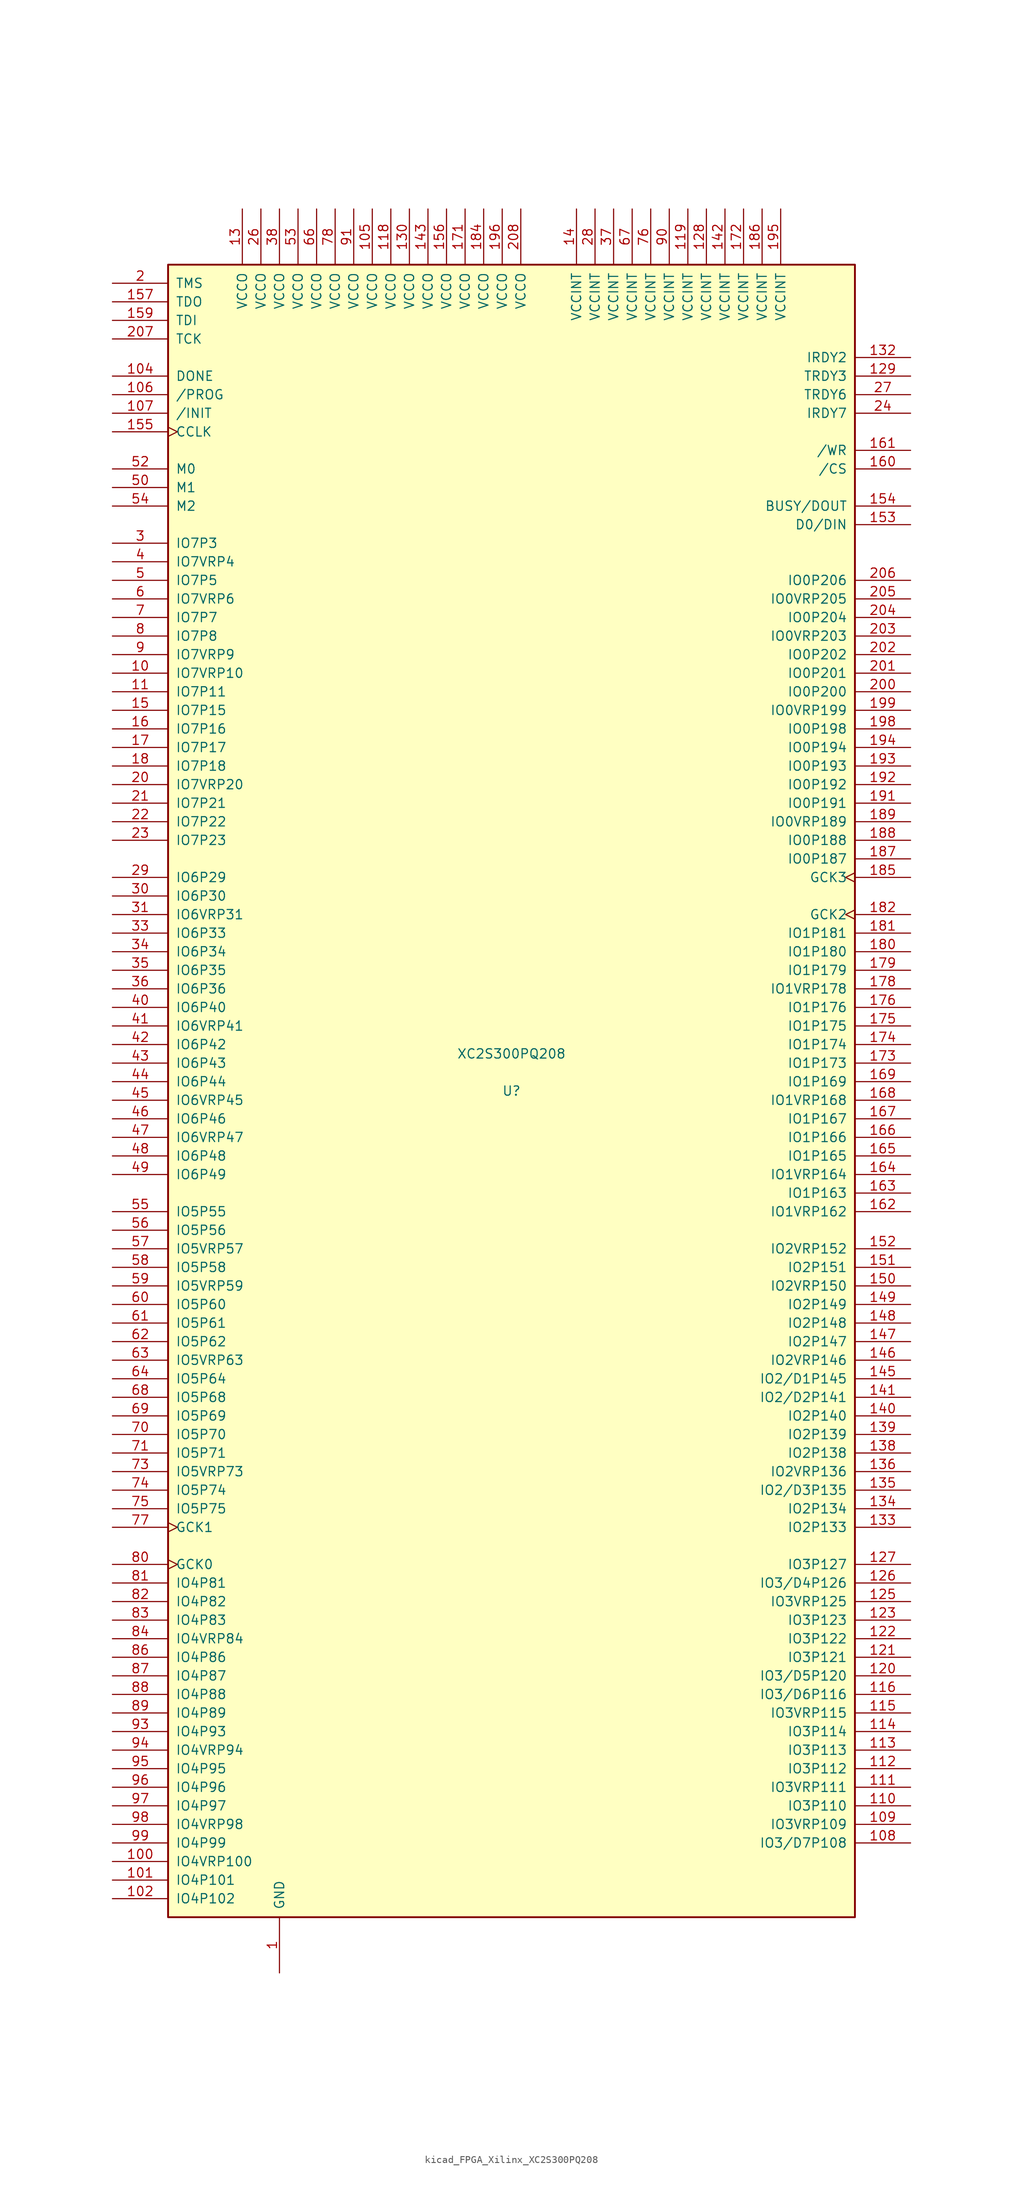
<source format=kicad_sym>
(kicad_symbol_lib
  (version 20220914)
  (generator kicad_symbol_editor)
  (symbol "kicad_FPGA_Xilinx_XC2S300PQ208"
    (pin_names
      (offset 1.016))
    (property "Reference" "U"
      (at 0 0 0)
      (effects (font (size 1.27 1.27))))
    (property "Value" "XC2S300PQ208"
      (at 0 5.08 0)
      (effects (font (size 1.27 1.27))))
    (symbol "kicad_FPGA_Xilinx_XC2S300PQ208_0_1"
      (rectangle (start -46.99 113.03) (end 46.99 -113.03) (stroke (width 0.254) (type default)) (fill (type background))))
    (symbol "kicad_FPGA_Xilinx_XC2S300PQ208_1_1"
      (pin power_in line (at -31.75 -120.65 90) (length 7.62) (name "GND" (effects (font (size 1.27 1.27)))) (number "1" (effects (font (size 1.27 1.27)))))
      (pin bidirectional line (at -54.61 57.15 0) (length 7.62) (name "IO7VRP10" (effects (font (size 1.27 1.27)))) (number "10" (effects (font (size 1.27 1.27)))))
      (pin bidirectional line (at -54.61 -105.41 0) (length 7.62) (name "IO4VRP100" (effects (font (size 1.27 1.27)))) (number "100" (effects (font (size 1.27 1.27)))))
      (pin bidirectional line (at -54.61 -107.95 0) (length 7.62) (name "IO4P101" (effects (font (size 1.27 1.27)))) (number "101" (effects (font (size 1.27 1.27)))))
      (pin bidirectional line (at -54.61 -110.49 0) (length 7.62) (name "IO4P102" (effects (font (size 1.27 1.27)))) (number "102" (effects (font (size 1.27 1.27)))))
      (pin passive line (at -31.75 -120.65 90) (length 7.62) hide (name "GND" (effects (font (size 1.27 1.27)))) (number "103" (effects (font (size 1.27 1.27)))))
      (pin bidirectional line (at -54.61 97.79 0) (length 7.62) (name "DONE" (effects (font (size 1.27 1.27)))) (number "104" (effects (font (size 1.27 1.27)))))
      (pin power_in line (at -19.05 120.65 270) (length 7.62) (name "VCCO" (effects (font (size 1.27 1.27)))) (number "105" (effects (font (size 1.27 1.27)))))
      (pin input line (at -54.61 95.25 0) (length 7.62) (name "/PROG" (effects (font (size 1.27 1.27)))) (number "106" (effects (font (size 1.27 1.27)))))
      (pin bidirectional line (at -54.61 92.71 0) (length 7.62) (name "/INIT" (effects (font (size 1.27 1.27)))) (number "107" (effects (font (size 1.27 1.27)))))
      (pin bidirectional line (at 54.61 -102.87 180) (length 7.62) (name "IO3/D7P108" (effects (font (size 1.27 1.27)))) (number "108" (effects (font (size 1.27 1.27)))))
      (pin bidirectional line (at 54.61 -100.33 180) (length 7.62) (name "IO3VRP109" (effects (font (size 1.27 1.27)))) (number "109" (effects (font (size 1.27 1.27)))))
      (pin bidirectional line (at -54.61 54.61 0) (length 7.62) (name "IO7P11" (effects (font (size 1.27 1.27)))) (number "11" (effects (font (size 1.27 1.27)))))
      (pin bidirectional line (at 54.61 -97.79 180) (length 7.62) (name "IO3P110" (effects (font (size 1.27 1.27)))) (number "110" (effects (font (size 1.27 1.27)))))
      (pin bidirectional line (at 54.61 -95.25 180) (length 7.62) (name "IO3VRP111" (effects (font (size 1.27 1.27)))) (number "111" (effects (font (size 1.27 1.27)))))
      (pin bidirectional line (at 54.61 -92.71 180) (length 7.62) (name "IO3P112" (effects (font (size 1.27 1.27)))) (number "112" (effects (font (size 1.27 1.27)))))
      (pin bidirectional line (at 54.61 -90.17 180) (length 7.62) (name "IO3P113" (effects (font (size 1.27 1.27)))) (number "113" (effects (font (size 1.27 1.27)))))
      (pin bidirectional line (at 54.61 -87.63 180) (length 7.62) (name "IO3P114" (effects (font (size 1.27 1.27)))) (number "114" (effects (font (size 1.27 1.27)))))
      (pin bidirectional line (at 54.61 -85.09 180) (length 7.62) (name "IO3VRP115" (effects (font (size 1.27 1.27)))) (number "115" (effects (font (size 1.27 1.27)))))
      (pin bidirectional line (at 54.61 -82.55 180) (length 7.62) (name "IO3/D6P116" (effects (font (size 1.27 1.27)))) (number "116" (effects (font (size 1.27 1.27)))))
      (pin passive line (at -31.75 -120.65 90) (length 7.62) hide (name "GND" (effects (font (size 1.27 1.27)))) (number "117" (effects (font (size 1.27 1.27)))))
      (pin power_in line (at -16.51 120.65 270) (length 7.62) (name "VCCO" (effects (font (size 1.27 1.27)))) (number "118" (effects (font (size 1.27 1.27)))))
      (pin power_in line (at 24.13 120.65 270) (length 7.62) (name "VCCINT" (effects (font (size 1.27 1.27)))) (number "119" (effects (font (size 1.27 1.27)))))
      (pin passive line (at -31.75 -120.65 90) (length 7.62) hide (name "GND" (effects (font (size 1.27 1.27)))) (number "12" (effects (font (size 1.27 1.27)))))
      (pin bidirectional line (at 54.61 -80.01 180) (length 7.62) (name "IO3/D5P120" (effects (font (size 1.27 1.27)))) (number "120" (effects (font (size 1.27 1.27)))))
      (pin bidirectional line (at 54.61 -77.47 180) (length 7.62) (name "IO3P121" (effects (font (size 1.27 1.27)))) (number "121" (effects (font (size 1.27 1.27)))))
      (pin bidirectional line (at 54.61 -74.93 180) (length 7.62) (name "IO3P122" (effects (font (size 1.27 1.27)))) (number "122" (effects (font (size 1.27 1.27)))))
      (pin bidirectional line (at 54.61 -72.39 180) (length 7.62) (name "IO3P123" (effects (font (size 1.27 1.27)))) (number "123" (effects (font (size 1.27 1.27)))))
      (pin passive line (at -31.75 -120.65 90) (length 7.62) hide (name "GND" (effects (font (size 1.27 1.27)))) (number "124" (effects (font (size 1.27 1.27)))))
      (pin bidirectional line (at 54.61 -69.85 180) (length 7.62) (name "IO3VRP125" (effects (font (size 1.27 1.27)))) (number "125" (effects (font (size 1.27 1.27)))))
      (pin bidirectional line (at 54.61 -67.31 180) (length 7.62) (name "IO3/D4P126" (effects (font (size 1.27 1.27)))) (number "126" (effects (font (size 1.27 1.27)))))
      (pin bidirectional line (at 54.61 -64.77 180) (length 7.62) (name "IO3P127" (effects (font (size 1.27 1.27)))) (number "127" (effects (font (size 1.27 1.27)))))
      (pin power_in line (at 26.67 120.65 270) (length 7.62) (name "VCCINT" (effects (font (size 1.27 1.27)))) (number "128" (effects (font (size 1.27 1.27)))))
      (pin bidirectional line (at 54.61 97.79 180) (length 7.62) (name "TRDY3" (effects (font (size 1.27 1.27)))) (number "129" (effects (font (size 1.27 1.27)))))
      (pin power_in line (at -36.83 120.65 270) (length 7.62) (name "VCCO" (effects (font (size 1.27 1.27)))) (number "13" (effects (font (size 1.27 1.27)))))
      (pin power_in line (at -13.97 120.65 270) (length 7.62) (name "VCCO" (effects (font (size 1.27 1.27)))) (number "130" (effects (font (size 1.27 1.27)))))
      (pin passive line (at -31.75 -120.65 90) (length 7.62) hide (name "GND" (effects (font (size 1.27 1.27)))) (number "131" (effects (font (size 1.27 1.27)))))
      (pin bidirectional line (at 54.61 100.33 180) (length 7.62) (name "IRDY2" (effects (font (size 1.27 1.27)))) (number "132" (effects (font (size 1.27 1.27)))))
      (pin bidirectional line (at 54.61 -59.69 180) (length 7.62) (name "IO2P133" (effects (font (size 1.27 1.27)))) (number "133" (effects (font (size 1.27 1.27)))))
      (pin bidirectional line (at 54.61 -57.15 180) (length 7.62) (name "IO2P134" (effects (font (size 1.27 1.27)))) (number "134" (effects (font (size 1.27 1.27)))))
      (pin bidirectional line (at 54.61 -54.61 180) (length 7.62) (name "IO2/D3P135" (effects (font (size 1.27 1.27)))) (number "135" (effects (font (size 1.27 1.27)))))
      (pin bidirectional line (at 54.61 -52.07 180) (length 7.62) (name "IO2VRP136" (effects (font (size 1.27 1.27)))) (number "136" (effects (font (size 1.27 1.27)))))
      (pin passive line (at -31.75 -120.65 90) (length 7.62) hide (name "GND" (effects (font (size 1.27 1.27)))) (number "137" (effects (font (size 1.27 1.27)))))
      (pin bidirectional line (at 54.61 -49.53 180) (length 7.62) (name "IO2P138" (effects (font (size 1.27 1.27)))) (number "138" (effects (font (size 1.27 1.27)))))
      (pin bidirectional line (at 54.61 -46.99 180) (length 7.62) (name "IO2P139" (effects (font (size 1.27 1.27)))) (number "139" (effects (font (size 1.27 1.27)))))
      (pin power_in line (at 8.89 120.65 270) (length 7.62) (name "VCCINT" (effects (font (size 1.27 1.27)))) (number "14" (effects (font (size 1.27 1.27)))))
      (pin bidirectional line (at 54.61 -44.45 180) (length 7.62) (name "IO2P140" (effects (font (size 1.27 1.27)))) (number "140" (effects (font (size 1.27 1.27)))))
      (pin bidirectional line (at 54.61 -41.91 180) (length 7.62) (name "IO2/D2P141" (effects (font (size 1.27 1.27)))) (number "141" (effects (font (size 1.27 1.27)))))
      (pin power_in line (at 29.21 120.65 270) (length 7.62) (name "VCCINT" (effects (font (size 1.27 1.27)))) (number "142" (effects (font (size 1.27 1.27)))))
      (pin power_in line (at -11.43 120.65 270) (length 7.62) (name "VCCO" (effects (font (size 1.27 1.27)))) (number "143" (effects (font (size 1.27 1.27)))))
      (pin passive line (at -31.75 -120.65 90) (length 7.62) hide (name "GND" (effects (font (size 1.27 1.27)))) (number "144" (effects (font (size 1.27 1.27)))))
      (pin bidirectional line (at 54.61 -39.37 180) (length 7.62) (name "IO2/D1P145" (effects (font (size 1.27 1.27)))) (number "145" (effects (font (size 1.27 1.27)))))
      (pin bidirectional line (at 54.61 -36.83 180) (length 7.62) (name "IO2VRP146" (effects (font (size 1.27 1.27)))) (number "146" (effects (font (size 1.27 1.27)))))
      (pin bidirectional line (at 54.61 -34.29 180) (length 7.62) (name "IO2P147" (effects (font (size 1.27 1.27)))) (number "147" (effects (font (size 1.27 1.27)))))
      (pin bidirectional line (at 54.61 -31.75 180) (length 7.62) (name "IO2P148" (effects (font (size 1.27 1.27)))) (number "148" (effects (font (size 1.27 1.27)))))
      (pin bidirectional line (at 54.61 -29.21 180) (length 7.62) (name "IO2P149" (effects (font (size 1.27 1.27)))) (number "149" (effects (font (size 1.27 1.27)))))
      (pin bidirectional line (at -54.61 52.07 0) (length 7.62) (name "IO7P15" (effects (font (size 1.27 1.27)))) (number "15" (effects (font (size 1.27 1.27)))))
      (pin bidirectional line (at 54.61 -26.67 180) (length 7.62) (name "IO2VRP150" (effects (font (size 1.27 1.27)))) (number "150" (effects (font (size 1.27 1.27)))))
      (pin bidirectional line (at 54.61 -24.13 180) (length 7.62) (name "IO2P151" (effects (font (size 1.27 1.27)))) (number "151" (effects (font (size 1.27 1.27)))))
      (pin bidirectional line (at 54.61 -21.59 180) (length 7.62) (name "IO2VRP152" (effects (font (size 1.27 1.27)))) (number "152" (effects (font (size 1.27 1.27)))))
      (pin bidirectional line (at 54.61 77.47 180) (length 7.62) (name "D0/DIN" (effects (font (size 1.27 1.27)))) (number "153" (effects (font (size 1.27 1.27)))))
      (pin bidirectional line (at 54.61 80.01 180) (length 7.62) (name "BUSY/DOUT" (effects (font (size 1.27 1.27)))) (number "154" (effects (font (size 1.27 1.27)))))
      (pin bidirectional clock (at -54.61 90.17 0) (length 7.62) (name "CCLK" (effects (font (size 1.27 1.27)))) (number "155" (effects (font (size 1.27 1.27)))))
      (pin power_in line (at -8.89 120.65 270) (length 7.62) (name "VCCO" (effects (font (size 1.27 1.27)))) (number "156" (effects (font (size 1.27 1.27)))))
      (pin bidirectional line (at -54.61 107.95 0) (length 7.62) (name "TDO" (effects (font (size 1.27 1.27)))) (number "157" (effects (font (size 1.27 1.27)))))
      (pin passive line (at -31.75 -120.65 90) (length 7.62) hide (name "GND" (effects (font (size 1.27 1.27)))) (number "158" (effects (font (size 1.27 1.27)))))
      (pin bidirectional line (at -54.61 105.41 0) (length 7.62) (name "TDI" (effects (font (size 1.27 1.27)))) (number "159" (effects (font (size 1.27 1.27)))))
      (pin bidirectional line (at -54.61 49.53 0) (length 7.62) (name "IO7P16" (effects (font (size 1.27 1.27)))) (number "16" (effects (font (size 1.27 1.27)))))
      (pin bidirectional line (at 54.61 85.09 180) (length 7.62) (name "/CS" (effects (font (size 1.27 1.27)))) (number "160" (effects (font (size 1.27 1.27)))))
      (pin bidirectional line (at 54.61 87.63 180) (length 7.62) (name "/WR" (effects (font (size 1.27 1.27)))) (number "161" (effects (font (size 1.27 1.27)))))
      (pin bidirectional line (at 54.61 -16.51 180) (length 7.62) (name "IO1VRP162" (effects (font (size 1.27 1.27)))) (number "162" (effects (font (size 1.27 1.27)))))
      (pin bidirectional line (at 54.61 -13.97 180) (length 7.62) (name "IO1P163" (effects (font (size 1.27 1.27)))) (number "163" (effects (font (size 1.27 1.27)))))
      (pin bidirectional line (at 54.61 -11.43 180) (length 7.62) (name "IO1VRP164" (effects (font (size 1.27 1.27)))) (number "164" (effects (font (size 1.27 1.27)))))
      (pin bidirectional line (at 54.61 -8.89 180) (length 7.62) (name "IO1P165" (effects (font (size 1.27 1.27)))) (number "165" (effects (font (size 1.27 1.27)))))
      (pin bidirectional line (at 54.61 -6.35 180) (length 7.62) (name "IO1P166" (effects (font (size 1.27 1.27)))) (number "166" (effects (font (size 1.27 1.27)))))
      (pin bidirectional line (at 54.61 -3.81 180) (length 7.62) (name "IO1P167" (effects (font (size 1.27 1.27)))) (number "167" (effects (font (size 1.27 1.27)))))
      (pin bidirectional line (at 54.61 -1.27 180) (length 7.62) (name "IO1VRP168" (effects (font (size 1.27 1.27)))) (number "168" (effects (font (size 1.27 1.27)))))
      (pin bidirectional line (at 54.61 1.27 180) (length 7.62) (name "IO1P169" (effects (font (size 1.27 1.27)))) (number "169" (effects (font (size 1.27 1.27)))))
      (pin bidirectional line (at -54.61 46.99 0) (length 7.62) (name "IO7P17" (effects (font (size 1.27 1.27)))) (number "17" (effects (font (size 1.27 1.27)))))
      (pin passive line (at -31.75 -120.65 90) (length 7.62) hide (name "GND" (effects (font (size 1.27 1.27)))) (number "170" (effects (font (size 1.27 1.27)))))
      (pin passive line (at -6.35 120.65 270) (length 7.62) (name "VCCO" (effects (font (size 1.27 1.27)))) (number "171" (effects (font (size 1.27 1.27)))))
      (pin power_in line (at 31.75 120.65 270) (length 7.62) (name "VCCINT" (effects (font (size 1.27 1.27)))) (number "172" (effects (font (size 1.27 1.27)))))
      (pin bidirectional line (at 54.61 3.81 180) (length 7.62) (name "IO1P173" (effects (font (size 1.27 1.27)))) (number "173" (effects (font (size 1.27 1.27)))))
      (pin bidirectional line (at 54.61 6.35 180) (length 7.62) (name "IO1P174" (effects (font (size 1.27 1.27)))) (number "174" (effects (font (size 1.27 1.27)))))
      (pin bidirectional line (at 54.61 8.89 180) (length 7.62) (name "IO1P175" (effects (font (size 1.27 1.27)))) (number "175" (effects (font (size 1.27 1.27)))))
      (pin bidirectional line (at 54.61 11.43 180) (length 7.62) (name "IO1P176" (effects (font (size 1.27 1.27)))) (number "176" (effects (font (size 1.27 1.27)))))
      (pin passive line (at -31.75 -120.65 90) (length 7.62) hide (name "GND" (effects (font (size 1.27 1.27)))) (number "177" (effects (font (size 1.27 1.27)))))
      (pin bidirectional line (at 54.61 13.97 180) (length 7.62) (name "IO1VRP178" (effects (font (size 1.27 1.27)))) (number "178" (effects (font (size 1.27 1.27)))))
      (pin bidirectional line (at 54.61 16.51 180) (length 7.62) (name "IO1P179" (effects (font (size 1.27 1.27)))) (number "179" (effects (font (size 1.27 1.27)))))
      (pin bidirectional line (at -54.61 44.45 0) (length 7.62) (name "IO7P18" (effects (font (size 1.27 1.27)))) (number "18" (effects (font (size 1.27 1.27)))))
      (pin bidirectional line (at 54.61 19.05 180) (length 7.62) (name "IO1P180" (effects (font (size 1.27 1.27)))) (number "180" (effects (font (size 1.27 1.27)))))
      (pin bidirectional line (at 54.61 21.59 180) (length 7.62) (name "IO1P181" (effects (font (size 1.27 1.27)))) (number "181" (effects (font (size 1.27 1.27)))))
      (pin input clock (at 54.61 24.13 180) (length 7.62) (name "GCK2" (effects (font (size 1.27 1.27)))) (number "182" (effects (font (size 1.27 1.27)))))
      (pin passive line (at -31.75 -120.65 90) (length 7.62) hide (name "GND" (effects (font (size 1.27 1.27)))) (number "183" (effects (font (size 1.27 1.27)))))
      (pin power_in line (at -3.81 120.65 270) (length 7.62) (name "VCCO" (effects (font (size 1.27 1.27)))) (number "184" (effects (font (size 1.27 1.27)))))
      (pin input clock (at 54.61 29.21 180) (length 7.62) (name "GCK3" (effects (font (size 1.27 1.27)))) (number "185" (effects (font (size 1.27 1.27)))))
      (pin power_in line (at 34.29 120.65 270) (length 7.62) (name "VCCINT" (effects (font (size 1.27 1.27)))) (number "186" (effects (font (size 1.27 1.27)))))
      (pin bidirectional line (at 54.61 31.75 180) (length 7.62) (name "IO0P187" (effects (font (size 1.27 1.27)))) (number "187" (effects (font (size 1.27 1.27)))))
      (pin bidirectional line (at 54.61 34.29 180) (length 7.62) (name "IO0P188" (effects (font (size 1.27 1.27)))) (number "188" (effects (font (size 1.27 1.27)))))
      (pin bidirectional line (at 54.61 36.83 180) (length 7.62) (name "IO0VRP189" (effects (font (size 1.27 1.27)))) (number "189" (effects (font (size 1.27 1.27)))))
      (pin passive line (at -31.75 -120.65 90) (length 7.62) hide (name "GND" (effects (font (size 1.27 1.27)))) (number "19" (effects (font (size 1.27 1.27)))))
      (pin passive line (at -31.75 -120.65 90) (length 7.62) hide (name "GND" (effects (font (size 1.27 1.27)))) (number "190" (effects (font (size 1.27 1.27)))))
      (pin bidirectional line (at 54.61 39.37 180) (length 7.62) (name "IO0P191" (effects (font (size 1.27 1.27)))) (number "191" (effects (font (size 1.27 1.27)))))
      (pin bidirectional line (at 54.61 41.91 180) (length 7.62) (name "IO0P192" (effects (font (size 1.27 1.27)))) (number "192" (effects (font (size 1.27 1.27)))))
      (pin bidirectional line (at 54.61 44.45 180) (length 7.62) (name "IO0P193" (effects (font (size 1.27 1.27)))) (number "193" (effects (font (size 1.27 1.27)))))
      (pin bidirectional line (at 54.61 46.99 180) (length 7.62) (name "IO0P194" (effects (font (size 1.27 1.27)))) (number "194" (effects (font (size 1.27 1.27)))))
      (pin power_in line (at 36.83 120.65 270) (length 7.62) (name "VCCINT" (effects (font (size 1.27 1.27)))) (number "195" (effects (font (size 1.27 1.27)))))
      (pin power_in line (at -1.27 120.65 270) (length 7.62) (name "VCCO" (effects (font (size 1.27 1.27)))) (number "196" (effects (font (size 1.27 1.27)))))
      (pin passive line (at -31.75 -120.65 90) (length 7.62) hide (name "GND" (effects (font (size 1.27 1.27)))) (number "197" (effects (font (size 1.27 1.27)))))
      (pin bidirectional line (at 54.61 49.53 180) (length 7.62) (name "IO0P198" (effects (font (size 1.27 1.27)))) (number "198" (effects (font (size 1.27 1.27)))))
      (pin bidirectional line (at 54.61 52.07 180) (length 7.62) (name "IO0VRP199" (effects (font (size 1.27 1.27)))) (number "199" (effects (font (size 1.27 1.27)))))
      (pin bidirectional line (at -54.61 110.49 0) (length 7.62) (name "TMS" (effects (font (size 1.27 1.27)))) (number "2" (effects (font (size 1.27 1.27)))))
      (pin bidirectional line (at -54.61 41.91 0) (length 7.62) (name "IO7VRP20" (effects (font (size 1.27 1.27)))) (number "20" (effects (font (size 1.27 1.27)))))
      (pin bidirectional line (at 54.61 54.61 180) (length 7.62) (name "IO0P200" (effects (font (size 1.27 1.27)))) (number "200" (effects (font (size 1.27 1.27)))))
      (pin bidirectional line (at 54.61 57.15 180) (length 7.62) (name "IO0P201" (effects (font (size 1.27 1.27)))) (number "201" (effects (font (size 1.27 1.27)))))
      (pin bidirectional line (at 54.61 59.69 180) (length 7.62) (name "IO0P202" (effects (font (size 1.27 1.27)))) (number "202" (effects (font (size 1.27 1.27)))))
      (pin bidirectional line (at 54.61 62.23 180) (length 7.62) (name "IO0VRP203" (effects (font (size 1.27 1.27)))) (number "203" (effects (font (size 1.27 1.27)))))
      (pin bidirectional line (at 54.61 64.77 180) (length 7.62) (name "IO0P204" (effects (font (size 1.27 1.27)))) (number "204" (effects (font (size 1.27 1.27)))))
      (pin bidirectional line (at 54.61 67.31 180) (length 7.62) (name "IO0VRP205" (effects (font (size 1.27 1.27)))) (number "205" (effects (font (size 1.27 1.27)))))
      (pin bidirectional line (at 54.61 69.85 180) (length 7.62) (name "IO0P206" (effects (font (size 1.27 1.27)))) (number "206" (effects (font (size 1.27 1.27)))))
      (pin bidirectional line (at -54.61 102.87 0) (length 7.62) (name "TCK" (effects (font (size 1.27 1.27)))) (number "207" (effects (font (size 1.27 1.27)))))
      (pin power_in line (at 1.27 120.65 270) (length 7.62) (name "VCCO" (effects (font (size 1.27 1.27)))) (number "208" (effects (font (size 1.27 1.27)))))
      (pin bidirectional line (at -54.61 39.37 0) (length 7.62) (name "IO7P21" (effects (font (size 1.27 1.27)))) (number "21" (effects (font (size 1.27 1.27)))))
      (pin bidirectional line (at -54.61 36.83 0) (length 7.62) (name "IO7P22" (effects (font (size 1.27 1.27)))) (number "22" (effects (font (size 1.27 1.27)))))
      (pin bidirectional line (at -54.61 34.29 0) (length 7.62) (name "IO7P23" (effects (font (size 1.27 1.27)))) (number "23" (effects (font (size 1.27 1.27)))))
      (pin bidirectional line (at 54.61 92.71 180) (length 7.62) (name "IRDY7" (effects (font (size 1.27 1.27)))) (number "24" (effects (font (size 1.27 1.27)))))
      (pin passive line (at -31.75 -120.65 90) (length 7.62) hide (name "GND" (effects (font (size 1.27 1.27)))) (number "25" (effects (font (size 1.27 1.27)))))
      (pin power_in line (at -34.29 120.65 270) (length 7.62) (name "VCCO" (effects (font (size 1.27 1.27)))) (number "26" (effects (font (size 1.27 1.27)))))
      (pin bidirectional line (at 54.61 95.25 180) (length 7.62) (name "TRDY6" (effects (font (size 1.27 1.27)))) (number "27" (effects (font (size 1.27 1.27)))))
      (pin power_in line (at 11.43 120.65 270) (length 7.62) (name "VCCINT" (effects (font (size 1.27 1.27)))) (number "28" (effects (font (size 1.27 1.27)))))
      (pin bidirectional line (at -54.61 29.21 0) (length 7.62) (name "IO6P29" (effects (font (size 1.27 1.27)))) (number "29" (effects (font (size 1.27 1.27)))))
      (pin bidirectional line (at -54.61 74.93 0) (length 7.62) (name "IO7P3" (effects (font (size 1.27 1.27)))) (number "3" (effects (font (size 1.27 1.27)))))
      (pin bidirectional line (at -54.61 26.67 0) (length 7.62) (name "IO6P30" (effects (font (size 1.27 1.27)))) (number "30" (effects (font (size 1.27 1.27)))))
      (pin bidirectional line (at -54.61 24.13 0) (length 7.62) (name "IO6VRP31" (effects (font (size 1.27 1.27)))) (number "31" (effects (font (size 1.27 1.27)))))
      (pin passive line (at -31.75 -120.65 90) (length 7.62) hide (name "GND" (effects (font (size 1.27 1.27)))) (number "32" (effects (font (size 1.27 1.27)))))
      (pin bidirectional line (at -54.61 21.59 0) (length 7.62) (name "IO6P33" (effects (font (size 1.27 1.27)))) (number "33" (effects (font (size 1.27 1.27)))))
      (pin bidirectional line (at -54.61 19.05 0) (length 7.62) (name "IO6P34" (effects (font (size 1.27 1.27)))) (number "34" (effects (font (size 1.27 1.27)))))
      (pin bidirectional line (at -54.61 16.51 0) (length 7.62) (name "IO6P35" (effects (font (size 1.27 1.27)))) (number "35" (effects (font (size 1.27 1.27)))))
      (pin bidirectional line (at -54.61 13.97 0) (length 7.62) (name "IO6P36" (effects (font (size 1.27 1.27)))) (number "36" (effects (font (size 1.27 1.27)))))
      (pin power_in line (at 13.97 120.65 270) (length 7.62) (name "VCCINT" (effects (font (size 1.27 1.27)))) (number "37" (effects (font (size 1.27 1.27)))))
      (pin power_in line (at -31.75 120.65 270) (length 7.62) (name "VCCO" (effects (font (size 1.27 1.27)))) (number "38" (effects (font (size 1.27 1.27)))))
      (pin passive line (at -31.75 -120.65 90) (length 7.62) hide (name "GND" (effects (font (size 1.27 1.27)))) (number "39" (effects (font (size 1.27 1.27)))))
      (pin bidirectional line (at -54.61 72.39 0) (length 7.62) (name "IO7VRP4" (effects (font (size 1.27 1.27)))) (number "4" (effects (font (size 1.27 1.27)))))
      (pin bidirectional line (at -54.61 11.43 0) (length 7.62) (name "IO6P40" (effects (font (size 1.27 1.27)))) (number "40" (effects (font (size 1.27 1.27)))))
      (pin bidirectional line (at -54.61 8.89 0) (length 7.62) (name "IO6VRP41" (effects (font (size 1.27 1.27)))) (number "41" (effects (font (size 1.27 1.27)))))
      (pin bidirectional line (at -54.61 6.35 0) (length 7.62) (name "IO6P42" (effects (font (size 1.27 1.27)))) (number "42" (effects (font (size 1.27 1.27)))))
      (pin bidirectional line (at -54.61 3.81 0) (length 7.62) (name "IO6P43" (effects (font (size 1.27 1.27)))) (number "43" (effects (font (size 1.27 1.27)))))
      (pin bidirectional line (at -54.61 1.27 0) (length 7.62) (name "IO6P44" (effects (font (size 1.27 1.27)))) (number "44" (effects (font (size 1.27 1.27)))))
      (pin bidirectional line (at -54.61 -1.27 0) (length 7.62) (name "IO6VRP45" (effects (font (size 1.27 1.27)))) (number "45" (effects (font (size 1.27 1.27)))))
      (pin bidirectional line (at -54.61 -3.81 0) (length 7.62) (name "IO6P46" (effects (font (size 1.27 1.27)))) (number "46" (effects (font (size 1.27 1.27)))))
      (pin bidirectional line (at -54.61 -6.35 0) (length 7.62) (name "IO6VRP47" (effects (font (size 1.27 1.27)))) (number "47" (effects (font (size 1.27 1.27)))))
      (pin bidirectional line (at -54.61 -8.89 0) (length 7.62) (name "IO6P48" (effects (font (size 1.27 1.27)))) (number "48" (effects (font (size 1.27 1.27)))))
      (pin bidirectional line (at -54.61 -11.43 0) (length 7.62) (name "IO6P49" (effects (font (size 1.27 1.27)))) (number "49" (effects (font (size 1.27 1.27)))))
      (pin bidirectional line (at -54.61 69.85 0) (length 7.62) (name "IO7P5" (effects (font (size 1.27 1.27)))) (number "5" (effects (font (size 1.27 1.27)))))
      (pin input line (at -54.61 82.55 0) (length 7.62) (name "M1" (effects (font (size 1.27 1.27)))) (number "50" (effects (font (size 1.27 1.27)))))
      (pin passive line (at -31.75 -120.65 90) (length 7.62) hide (name "GND" (effects (font (size 1.27 1.27)))) (number "51" (effects (font (size 1.27 1.27)))))
      (pin input line (at -54.61 85.09 0) (length 7.62) (name "M0" (effects (font (size 1.27 1.27)))) (number "52" (effects (font (size 1.27 1.27)))))
      (pin power_in line (at -29.21 120.65 270) (length 7.62) (name "VCCO" (effects (font (size 1.27 1.27)))) (number "53" (effects (font (size 1.27 1.27)))))
      (pin input line (at -54.61 80.01 0) (length 7.62) (name "M2" (effects (font (size 1.27 1.27)))) (number "54" (effects (font (size 1.27 1.27)))))
      (pin bidirectional line (at -54.61 -16.51 0) (length 7.62) (name "IO5P55" (effects (font (size 1.27 1.27)))) (number "55" (effects (font (size 1.27 1.27)))))
      (pin bidirectional line (at -54.61 -19.05 0) (length 7.62) (name "IO5P56" (effects (font (size 1.27 1.27)))) (number "56" (effects (font (size 1.27 1.27)))))
      (pin bidirectional line (at -54.61 -21.59 0) (length 7.62) (name "IO5VRP57" (effects (font (size 1.27 1.27)))) (number "57" (effects (font (size 1.27 1.27)))))
      (pin bidirectional line (at -54.61 -24.13 0) (length 7.62) (name "IO5P58" (effects (font (size 1.27 1.27)))) (number "58" (effects (font (size 1.27 1.27)))))
      (pin bidirectional line (at -54.61 -26.67 0) (length 7.62) (name "IO5VRP59" (effects (font (size 1.27 1.27)))) (number "59" (effects (font (size 1.27 1.27)))))
      (pin bidirectional line (at -54.61 67.31 0) (length 7.62) (name "IO7VRP6" (effects (font (size 1.27 1.27)))) (number "6" (effects (font (size 1.27 1.27)))))
      (pin bidirectional line (at -54.61 -29.21 0) (length 7.62) (name "IO5P60" (effects (font (size 1.27 1.27)))) (number "60" (effects (font (size 1.27 1.27)))))
      (pin bidirectional line (at -54.61 -31.75 0) (length 7.62) (name "IO5P61" (effects (font (size 1.27 1.27)))) (number "61" (effects (font (size 1.27 1.27)))))
      (pin bidirectional line (at -54.61 -34.29 0) (length 7.62) (name "IO5P62" (effects (font (size 1.27 1.27)))) (number "62" (effects (font (size 1.27 1.27)))))
      (pin bidirectional line (at -54.61 -36.83 0) (length 7.62) (name "IO5VRP63" (effects (font (size 1.27 1.27)))) (number "63" (effects (font (size 1.27 1.27)))))
      (pin bidirectional line (at -54.61 -39.37 0) (length 7.62) (name "IO5P64" (effects (font (size 1.27 1.27)))) (number "64" (effects (font (size 1.27 1.27)))))
      (pin passive line (at -31.75 -120.65 90) (length 7.62) hide (name "GND" (effects (font (size 1.27 1.27)))) (number "65" (effects (font (size 1.27 1.27)))))
      (pin power_in line (at -26.67 120.65 270) (length 7.62) (name "VCCO" (effects (font (size 1.27 1.27)))) (number "66" (effects (font (size 1.27 1.27)))))
      (pin power_in line (at 16.51 120.65 270) (length 7.62) (name "VCCINT" (effects (font (size 1.27 1.27)))) (number "67" (effects (font (size 1.27 1.27)))))
      (pin bidirectional line (at -54.61 -41.91 0) (length 7.62) (name "IO5P68" (effects (font (size 1.27 1.27)))) (number "68" (effects (font (size 1.27 1.27)))))
      (pin bidirectional line (at -54.61 -44.45 0) (length 7.62) (name "IO5P69" (effects (font (size 1.27 1.27)))) (number "69" (effects (font (size 1.27 1.27)))))
      (pin bidirectional line (at -54.61 64.77 0) (length 7.62) (name "IO7P7" (effects (font (size 1.27 1.27)))) (number "7" (effects (font (size 1.27 1.27)))))
      (pin bidirectional line (at -54.61 -46.99 0) (length 7.62) (name "IO5P70" (effects (font (size 1.27 1.27)))) (number "70" (effects (font (size 1.27 1.27)))))
      (pin bidirectional line (at -54.61 -49.53 0) (length 7.62) (name "IO5P71" (effects (font (size 1.27 1.27)))) (number "71" (effects (font (size 1.27 1.27)))))
      (pin passive line (at -31.75 -120.65 90) (length 7.62) hide (name "GND" (effects (font (size 1.27 1.27)))) (number "72" (effects (font (size 1.27 1.27)))))
      (pin bidirectional line (at -54.61 -52.07 0) (length 7.62) (name "IO5VRP73" (effects (font (size 1.27 1.27)))) (number "73" (effects (font (size 1.27 1.27)))))
      (pin bidirectional line (at -54.61 -54.61 0) (length 7.62) (name "IO5P74" (effects (font (size 1.27 1.27)))) (number "74" (effects (font (size 1.27 1.27)))))
      (pin bidirectional line (at -54.61 -57.15 0) (length 7.62) (name "IO5P75" (effects (font (size 1.27 1.27)))) (number "75" (effects (font (size 1.27 1.27)))))
      (pin power_in line (at 19.05 120.65 270) (length 7.62) (name "VCCINT" (effects (font (size 1.27 1.27)))) (number "76" (effects (font (size 1.27 1.27)))))
      (pin input clock (at -54.61 -59.69 0) (length 7.62) (name "GCK1" (effects (font (size 1.27 1.27)))) (number "77" (effects (font (size 1.27 1.27)))))
      (pin power_in line (at -24.13 120.65 270) (length 7.62) (name "VCCO" (effects (font (size 1.27 1.27)))) (number "78" (effects (font (size 1.27 1.27)))))
      (pin passive line (at -31.75 -120.65 90) (length 7.62) hide (name "GND" (effects (font (size 1.27 1.27)))) (number "79" (effects (font (size 1.27 1.27)))))
      (pin bidirectional line (at -54.61 62.23 0) (length 7.62) (name "IO7P8" (effects (font (size 1.27 1.27)))) (number "8" (effects (font (size 1.27 1.27)))))
      (pin input clock (at -54.61 -64.77 0) (length 7.62) (name "GCK0" (effects (font (size 1.27 1.27)))) (number "80" (effects (font (size 1.27 1.27)))))
      (pin bidirectional line (at -54.61 -67.31 0) (length 7.62) (name "IO4P81" (effects (font (size 1.27 1.27)))) (number "81" (effects (font (size 1.27 1.27)))))
      (pin bidirectional line (at -54.61 -69.85 0) (length 7.62) (name "IO4P82" (effects (font (size 1.27 1.27)))) (number "82" (effects (font (size 1.27 1.27)))))
      (pin bidirectional line (at -54.61 -72.39 0) (length 7.62) (name "IO4P83" (effects (font (size 1.27 1.27)))) (number "83" (effects (font (size 1.27 1.27)))))
      (pin bidirectional line (at -54.61 -74.93 0) (length 7.62) (name "IO4VRP84" (effects (font (size 1.27 1.27)))) (number "84" (effects (font (size 1.27 1.27)))))
      (pin passive line (at -31.75 -120.65 90) (length 7.62) hide (name "GND" (effects (font (size 1.27 1.27)))) (number "85" (effects (font (size 1.27 1.27)))))
      (pin bidirectional line (at -54.61 -77.47 0) (length 7.62) (name "IO4P86" (effects (font (size 1.27 1.27)))) (number "86" (effects (font (size 1.27 1.27)))))
      (pin bidirectional line (at -54.61 -80.01 0) (length 7.62) (name "IO4P87" (effects (font (size 1.27 1.27)))) (number "87" (effects (font (size 1.27 1.27)))))
      (pin bidirectional line (at -54.61 -82.55 0) (length 7.62) (name "IO4P88" (effects (font (size 1.27 1.27)))) (number "88" (effects (font (size 1.27 1.27)))))
      (pin bidirectional line (at -54.61 -85.09 0) (length 7.62) (name "IO4P89" (effects (font (size 1.27 1.27)))) (number "89" (effects (font (size 1.27 1.27)))))
      (pin bidirectional line (at -54.61 59.69 0) (length 7.62) (name "IO7VRP9" (effects (font (size 1.27 1.27)))) (number "9" (effects (font (size 1.27 1.27)))))
      (pin power_in line (at 21.59 120.65 270) (length 7.62) (name "VCCINT" (effects (font (size 1.27 1.27)))) (number "90" (effects (font (size 1.27 1.27)))))
      (pin power_in line (at -21.59 120.65 270) (length 7.62) (name "VCCO" (effects (font (size 1.27 1.27)))) (number "91" (effects (font (size 1.27 1.27)))))
      (pin passive line (at -31.75 -120.65 90) (length 7.62) hide (name "GND" (effects (font (size 1.27 1.27)))) (number "92" (effects (font (size 1.27 1.27)))))
      (pin bidirectional line (at -54.61 -87.63 0) (length 7.62) (name "IO4P93" (effects (font (size 1.27 1.27)))) (number "93" (effects (font (size 1.27 1.27)))))
      (pin bidirectional line (at -54.61 -90.17 0) (length 7.62) (name "IO4VRP94" (effects (font (size 1.27 1.27)))) (number "94" (effects (font (size 1.27 1.27)))))
      (pin bidirectional line (at -54.61 -92.71 0) (length 7.62) (name "IO4P95" (effects (font (size 1.27 1.27)))) (number "95" (effects (font (size 1.27 1.27)))))
      (pin bidirectional line (at -54.61 -95.25 0) (length 7.62) (name "IO4P96" (effects (font (size 1.27 1.27)))) (number "96" (effects (font (size 1.27 1.27)))))
      (pin bidirectional line (at -54.61 -97.79 0) (length 7.62) (name "IO4P97" (effects (font (size 1.27 1.27)))) (number "97" (effects (font (size 1.27 1.27)))))
      (pin bidirectional line (at -54.61 -100.33 0) (length 7.62) (name "IO4VRP98" (effects (font (size 1.27 1.27)))) (number "98" (effects (font (size 1.27 1.27)))))
      (pin bidirectional line (at -54.61 -102.87 0) (length 7.62) (name "IO4P99" (effects (font (size 1.27 1.27)))) (number "99" (effects (font (size 1.27 1.27))))))))
</source>
